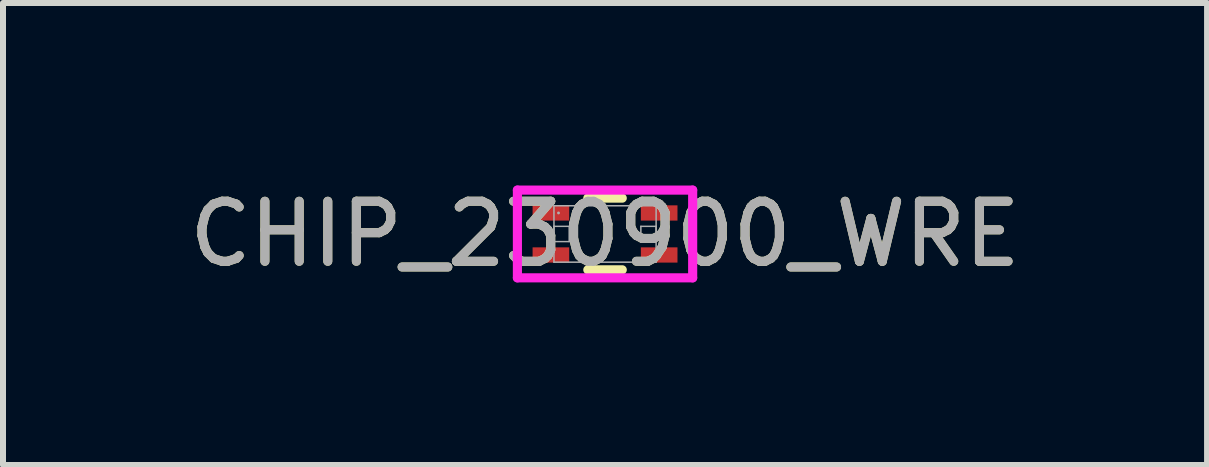
<source format=kicad_pcb>
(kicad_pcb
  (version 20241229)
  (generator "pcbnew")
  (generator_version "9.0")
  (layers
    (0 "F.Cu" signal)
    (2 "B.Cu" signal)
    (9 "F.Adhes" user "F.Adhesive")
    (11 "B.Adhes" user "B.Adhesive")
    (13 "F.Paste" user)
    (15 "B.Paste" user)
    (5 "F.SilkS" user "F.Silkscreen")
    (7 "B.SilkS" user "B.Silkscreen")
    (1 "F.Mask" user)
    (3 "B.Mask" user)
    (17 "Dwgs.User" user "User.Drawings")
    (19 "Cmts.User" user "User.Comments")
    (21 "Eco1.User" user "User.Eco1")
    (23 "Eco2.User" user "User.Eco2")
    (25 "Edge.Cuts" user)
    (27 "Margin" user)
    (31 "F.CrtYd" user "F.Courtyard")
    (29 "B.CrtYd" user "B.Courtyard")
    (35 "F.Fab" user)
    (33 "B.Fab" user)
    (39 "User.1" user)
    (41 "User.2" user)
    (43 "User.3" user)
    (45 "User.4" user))
  (footprint "CHIP_230900_WRE"
    (layer "F.Cu")
    (at 7.03 0.848)
    (property "Reference" "CHIP_230900_WRE" (at 0 0 0) (unlocked yes) (layer "F.SilkS") (effects (font (size 1 1) (thickness 0.15))))
    (attr smd)
    (fp_line (start -0.287 0.597) (end 0.287 0.597) (stroke (width 0.152) (type solid)) (layer "F.SilkS"))
    (fp_line (start 0.287 -0.597) (end -0.287 -0.597) (stroke (width 0.152) (type solid)) (layer "F.SilkS"))
    (fp_line (start -1.46 -0.731) (end 1.46 -0.731) (stroke (width 0.152) (type solid)) (layer "F.CrtYd"))
    (fp_line (start -1.46 0.731) (end -1.46 -0.731) (stroke (width 0.152) (type solid)) (layer "F.CrtYd"))
    (fp_line (start 1.46 -0.731) (end 1.46 0.731) (stroke (width 0.152) (type solid)) (layer "F.CrtYd"))
    (fp_line (start 1.46 0.731) (end -1.46 0.731) (stroke (width 0.152) (type solid)) (layer "F.CrtYd"))
    (fp_line (start -0.851 -0.47) (end -0.851 0.47) (stroke (width 0.025) (type solid)) (layer "F.Fab"))
    (fp_line (start -0.851 -0.127) (end -0.851 0.127) (stroke (width 0.025) (type solid)) (layer "F.Fab"))
    (fp_line (start -0.851 0.127) (end -0.597 0.127) (stroke (width 0.025) (type solid)) (layer "F.Fab"))
    (fp_line (start -0.851 0.47) (end 0.851 0.47) (stroke (width 0.025) (type solid)) (layer "F.Fab"))
    (fp_line (start -0.597 -0.127) (end -0.851 -0.127) (stroke (width 0.025) (type solid)) (layer "F.Fab"))
    (fp_line (start -0.597 0.127) (end -0.597 -0.127) (stroke (width 0.025) (type solid)) (layer "F.Fab"))
    (fp_line (start 0.597 -0.127) (end 0.597 0.127) (stroke (width 0.025) (type solid)) (layer "F.Fab"))
    (fp_line (start 0.597 0.127) (end 0.851 0.127) (stroke (width 0.025) (type solid)) (layer "F.Fab"))
    (fp_line (start 0.851 -0.47) (end -0.851 -0.47) (stroke (width 0.025) (type solid)) (layer "F.Fab"))
    (fp_line (start 0.851 -0.127) (end 0.597 -0.127) (stroke (width 0.025) (type solid)) (layer "F.Fab"))
    (fp_line (start 0.851 0.127) (end 0.851 -0.127) (stroke (width 0.025) (type solid)) (layer "F.Fab"))
    (fp_line (start 0.851 0.47) (end 0.851 -0.47) (stroke (width 0.025) (type solid)) (layer "F.Fab"))
    (fp_circle (center -0.775 -0.35) (end -0.775 -0.35) (stroke (width 0.025) (type solid)) (fill no) (layer "F.Fab"))
    (fp_text user "${REFERENCE}" (at 0 0 0) (unlocked yes) (layer "F.Fab") (effects (font (size 1 1) (thickness 0.15))))
    (pad "1" smd rect (at -0.902 -0.35) (size 0.61 0.254) (layers "F.Cu" "F.Mask" "F.Paste"))
    (pad "2" smd rect (at 0.902 -0.35) (size 0.61 0.254) (layers "F.Cu" "F.Mask" "F.Paste"))
    (pad "3" smd rect (at 0.902 0.35) (size 0.61 0.254) (layers "F.Cu" "F.Mask" "F.Paste"))
    (pad "4" smd rect (at -0.902 0.35) (size 0.61 0.254) (layers "F.Cu" "F.Mask" "F.Paste"))
    (zone (net_name "") (layer "F.Cu") (hatch full 0.508) (connect_pads) (min_thickness 0.254) (filled_areas_thickness no) (keepout (tracks not_allowed) (vias not_allowed) (pads allowed) (copperpour not_allowed) (footprints allowed)) (placement (enabled no)) (fill) (polygon (pts (xy 6.484 0.429) (xy 7.576 0.429) (xy 7.576 1.267) (xy 6.484 1.267)))))
  (gr_rect
    (start -3 -3)
    (end 17.06 4.697)
    (stroke (width 0.1) (type default))
    (fill no)
    (layer "Edge.Cuts")))
</source>
